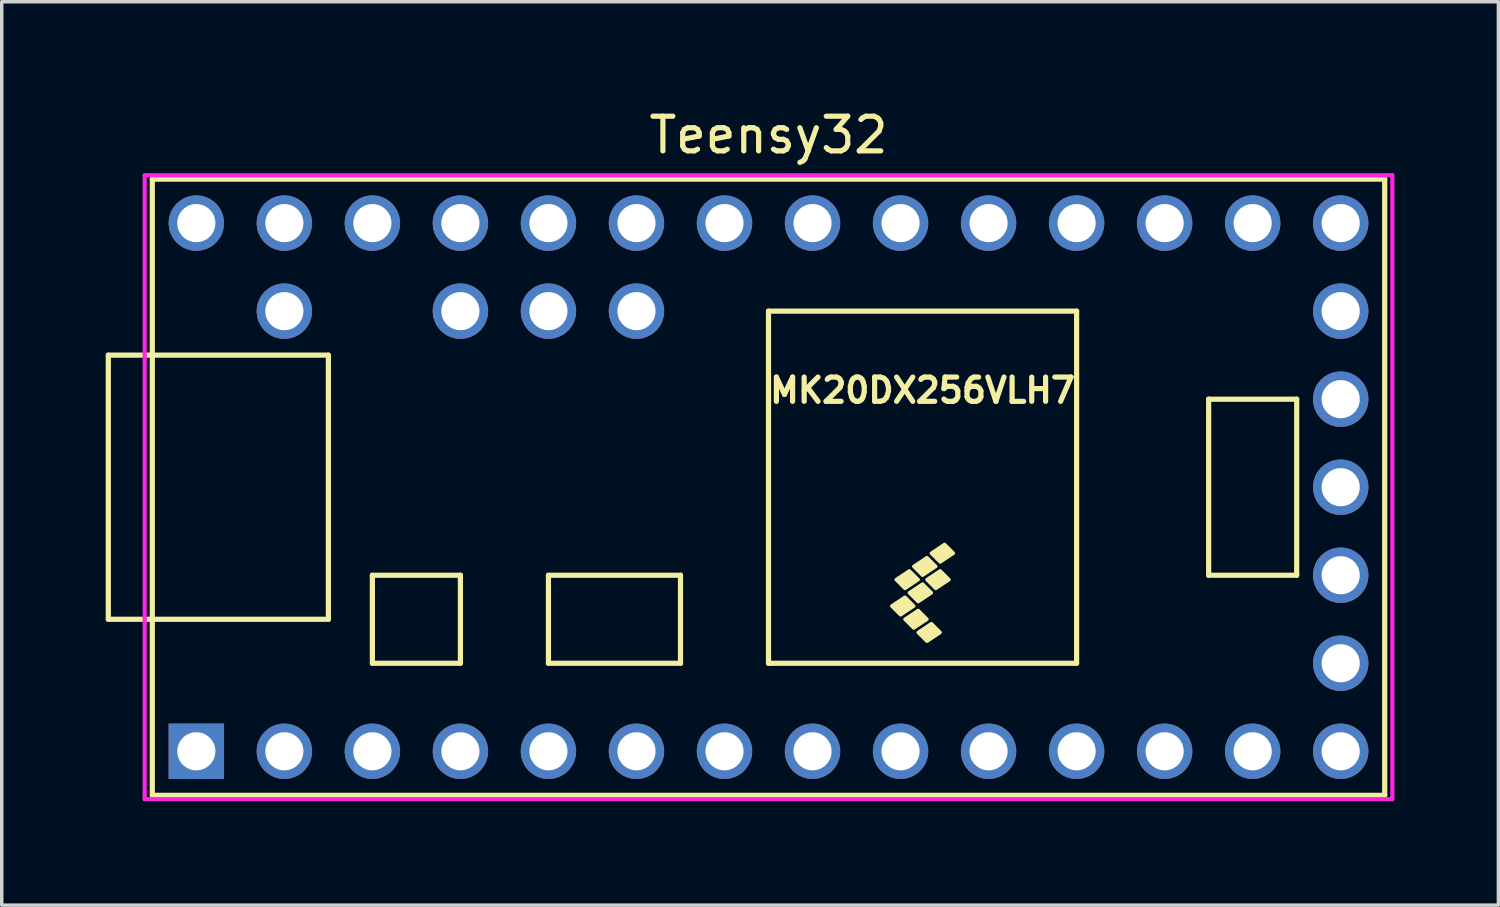
<source format=kicad_pcb>
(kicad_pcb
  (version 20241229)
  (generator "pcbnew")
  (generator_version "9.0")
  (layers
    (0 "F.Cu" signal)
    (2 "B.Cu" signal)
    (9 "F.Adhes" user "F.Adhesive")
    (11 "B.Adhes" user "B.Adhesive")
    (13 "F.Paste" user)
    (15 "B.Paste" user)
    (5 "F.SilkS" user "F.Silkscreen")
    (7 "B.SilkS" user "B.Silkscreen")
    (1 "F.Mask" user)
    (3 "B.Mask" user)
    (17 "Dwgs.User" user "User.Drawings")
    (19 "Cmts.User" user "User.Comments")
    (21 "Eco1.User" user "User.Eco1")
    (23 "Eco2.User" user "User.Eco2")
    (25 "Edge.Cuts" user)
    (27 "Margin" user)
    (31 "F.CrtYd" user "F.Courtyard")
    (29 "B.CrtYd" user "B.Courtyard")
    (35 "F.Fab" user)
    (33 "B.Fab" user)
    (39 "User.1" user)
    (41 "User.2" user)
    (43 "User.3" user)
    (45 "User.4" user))
  (footprint "Teensy32"
    (layer "F.Cu")
    (at 19.125 11.008)
    (property "Reference" "Teensy32" (at 0 -10.16 0) (layer "F.SilkS") (effects (font (size 1 1) (thickness 0.15))))
    (attr through_hole)
    (fp_line (start -19.05 -3.81) (end -17.78 -3.81) (stroke (width 0.15) (type solid)) (layer "F.SilkS"))
    (fp_line (start -19.05 3.81) (end -19.05 -3.81) (stroke (width 0.15) (type solid)) (layer "F.SilkS"))
    (fp_line (start -17.78 -8.89) (end 17.78 -8.89) (stroke (width 0.15) (type solid)) (layer "F.SilkS"))
    (fp_line (start -17.78 3.81) (end -19.05 3.81) (stroke (width 0.15) (type solid)) (layer "F.SilkS"))
    (fp_line (start -17.78 8.89) (end -17.78 -8.89) (stroke (width 0.15) (type solid)) (layer "F.SilkS"))
    (fp_line (start -12.7 -3.81) (end -17.78 -3.81) (stroke (width 0.15) (type solid)) (layer "F.SilkS"))
    (fp_line (start -12.7 3.81) (end -17.78 3.81) (stroke (width 0.15) (type solid)) (layer "F.SilkS"))
    (fp_line (start -12.7 3.81) (end -12.7 -3.81) (stroke (width 0.15) (type solid)) (layer "F.SilkS"))
    (fp_line (start -11.43 2.54) (end -11.43 5.08) (stroke (width 0.15) (type solid)) (layer "F.SilkS"))
    (fp_line (start -11.43 5.08) (end -8.89 5.08) (stroke (width 0.15) (type solid)) (layer "F.SilkS"))
    (fp_line (start -8.89 2.54) (end -11.43 2.54) (stroke (width 0.15) (type solid)) (layer "F.SilkS"))
    (fp_line (start -8.89 5.08) (end -8.89 2.54) (stroke (width 0.15) (type solid)) (layer "F.SilkS"))
    (fp_line (start -6.35 2.54) (end -6.35 5.08) (stroke (width 0.15) (type solid)) (layer "F.SilkS"))
    (fp_line (start -6.35 5.08) (end -2.54 5.08) (stroke (width 0.15) (type solid)) (layer "F.SilkS"))
    (fp_line (start -2.54 2.54) (end -6.35 2.54) (stroke (width 0.15) (type solid)) (layer "F.SilkS"))
    (fp_line (start -2.54 5.08) (end -2.54 2.54) (stroke (width 0.15) (type solid)) (layer "F.SilkS"))
    (fp_line (start 0 -5.08) (end 0 5.08) (stroke (width 0.15) (type solid)) (layer "F.SilkS"))
    (fp_line (start 8.89 -5.08) (end 0 -5.08) (stroke (width 0.15) (type solid)) (layer "F.SilkS"))
    (fp_line (start 8.89 5.08) (end 0 5.08) (stroke (width 0.15) (type solid)) (layer "F.SilkS"))
    (fp_line (start 8.89 5.08) (end 8.89 -5.08) (stroke (width 0.15) (type solid)) (layer "F.SilkS"))
    (fp_line (start 12.7 -2.54) (end 15.24 -2.54) (stroke (width 0.15) (type solid)) (layer "F.SilkS"))
    (fp_line (start 12.7 2.54) (end 12.7 -2.54) (stroke (width 0.15) (type solid)) (layer "F.SilkS"))
    (fp_line (start 15.24 -2.54) (end 15.24 2.54) (stroke (width 0.15) (type solid)) (layer "F.SilkS"))
    (fp_line (start 15.24 2.54) (end 12.7 2.54) (stroke (width 0.15) (type solid)) (layer "F.SilkS"))
    (fp_line (start 17.78 -8.89) (end 17.78 8.89) (stroke (width 0.15) (type solid)) (layer "F.SilkS"))
    (fp_line (start 17.78 8.89) (end -17.78 8.89) (stroke (width 0.15) (type solid)) (layer "F.SilkS"))
    (fp_poly (pts (xy 3.81 3.683) (xy 3.556 3.429) (xy 3.937 3.175) (xy 4.191 3.429)) (stroke (width 0.1) (type solid)) (fill yes) (layer "F.SilkS"))
    (fp_poly (pts (xy 3.937 2.921) (xy 3.683 2.667) (xy 4.064 2.413) (xy 4.318 2.667)) (stroke (width 0.1) (type solid)) (fill yes) (layer "F.SilkS"))
    (fp_poly (pts (xy 4.191 4.064) (xy 3.937 3.81) (xy 4.318 3.556) (xy 4.572 3.81)) (stroke (width 0.1) (type solid)) (fill yes) (layer "F.SilkS"))
    (fp_poly (pts (xy 4.318 3.302) (xy 4.064 3.048) (xy 4.445 2.794) (xy 4.699 3.048)) (stroke (width 0.1) (type solid)) (fill yes) (layer "F.SilkS"))
    (fp_poly (pts (xy 4.445 2.54) (xy 4.191 2.286) (xy 4.572 2.032) (xy 4.826 2.286)) (stroke (width 0.1) (type solid)) (fill yes) (layer "F.SilkS"))
    (fp_poly (pts (xy 4.572 4.445) (xy 4.318 4.191) (xy 4.699 3.937) (xy 4.953 4.191)) (stroke (width 0.1) (type solid)) (fill yes) (layer "F.SilkS"))
    (fp_poly (pts (xy 4.826 2.921) (xy 4.572 2.667) (xy 4.953 2.413) (xy 5.207 2.667)) (stroke (width 0.1) (type solid)) (fill yes) (layer "F.SilkS"))
    (fp_poly (pts (xy 4.953 2.159) (xy 4.699 1.905) (xy 5.08 1.651) (xy 5.334 1.905)) (stroke (width 0.1) (type solid)) (fill yes) (layer "F.SilkS"))
    (fp_line (start -18 -9) (end 18 -9) (stroke (width 0.12) (type solid)) (layer "F.CrtYd"))
    (fp_line (start -18 9) (end -18 -9) (stroke (width 0.12) (type solid)) (layer "F.CrtYd"))
    (fp_line (start 18 -9) (end 18 9) (stroke (width 0.12) (type solid)) (layer "F.CrtYd"))
    (fp_line (start 18 9) (end -18 9) (stroke (width 0.12) (type solid)) (layer "F.CrtYd"))
    (fp_text user "MK20DX256VLH7" (at 4.445 -2.794 0) (layer "F.SilkS") (effects (font (size 0.7 0.7) (thickness 0.15))))
    (pad "1" thru_hole rect (at -16.51 7.62) (size 1.6 1.6) (drill 1.1) (layers "*.Cu" "*.Mask"))
    (pad "2" thru_hole circle (at -13.97 7.62) (size 1.6 1.6) (drill 1.1) (layers "*.Cu" "*.Mask"))
    (pad "3" thru_hole circle (at -11.43 7.62) (size 1.6 1.6) (drill 1.1) (layers "*.Cu" "*.Mask"))
    (pad "4" thru_hole circle (at -8.89 7.62) (size 1.6 1.6) (drill 1.1) (layers "*.Cu" "*.Mask"))
    (pad "5" thru_hole circle (at -6.35 7.62) (size 1.6 1.6) (drill 1.1) (layers "*.Cu" "*.Mask"))
    (pad "6" thru_hole circle (at -3.81 7.62) (size 1.6 1.6) (drill 1.1) (layers "*.Cu" "*.Mask"))
    (pad "7" thru_hole circle (at -1.27 7.62) (size 1.6 1.6) (drill 1.1) (layers "*.Cu" "*.Mask"))
    (pad "8" thru_hole circle (at 1.27 7.62) (size 1.6 1.6) (drill 1.1) (layers "*.Cu" "*.Mask"))
    (pad "9" thru_hole circle (at 3.81 7.62) (size 1.6 1.6) (drill 1.1) (layers "*.Cu" "*.Mask"))
    (pad "10" thru_hole circle (at 6.35 7.62) (size 1.6 1.6) (drill 1.1) (layers "*.Cu" "*.Mask"))
    (pad "11" thru_hole circle (at 8.89 7.62) (size 1.6 1.6) (drill 1.1) (layers "*.Cu" "*.Mask"))
    (pad "12" thru_hole circle (at 11.43 7.62) (size 1.6 1.6) (drill 1.1) (layers "*.Cu" "*.Mask"))
    (pad "13" thru_hole circle (at 13.97 7.62) (size 1.6 1.6) (drill 1.1) (layers "*.Cu" "*.Mask"))
    (pad "14" thru_hole circle (at 16.51 7.62) (size 1.6 1.6) (drill 1.1) (layers "*.Cu" "*.Mask"))
    (pad "15" thru_hole circle (at 16.51 5.08) (size 1.6 1.6) (drill 1.1) (layers "*.Cu" "*.Mask"))
    (pad "16" thru_hole circle (at 16.51 2.54) (size 1.6 1.6) (drill 1.1) (layers "*.Cu" "*.Mask"))
    (pad "17" thru_hole circle (at 16.51 0) (size 1.6 1.6) (drill 1.1) (layers "*.Cu" "*.Mask"))
    (pad "18" thru_hole circle (at 16.51 -2.54) (size 1.6 1.6) (drill 1.1) (layers "*.Cu" "*.Mask"))
    (pad "19" thru_hole circle (at 16.51 -5.08) (size 1.6 1.6) (drill 1.1) (layers "*.Cu" "*.Mask"))
    (pad "20" thru_hole circle (at 16.51 -7.62) (size 1.6 1.6) (drill 1.1) (layers "*.Cu" "*.Mask"))
    (pad "21" thru_hole circle (at 13.97 -7.62) (size 1.6 1.6) (drill 1.1) (layers "*.Cu" "*.Mask"))
    (pad "22" thru_hole circle (at 11.43 -7.62) (size 1.6 1.6) (drill 1.1) (layers "*.Cu" "*.Mask"))
    (pad "23" thru_hole circle (at 8.89 -7.62) (size 1.6 1.6) (drill 1.1) (layers "*.Cu" "*.Mask"))
    (pad "24" thru_hole circle (at 6.35 -7.62) (size 1.6 1.6) (drill 1.1) (layers "*.Cu" "*.Mask"))
    (pad "25" thru_hole circle (at 3.81 -7.62) (size 1.6 1.6) (drill 1.1) (layers "*.Cu" "*.Mask"))
    (pad "26" thru_hole circle (at 1.27 -7.62) (size 1.6 1.6) (drill 1.1) (layers "*.Cu" "*.Mask"))
    (pad "27" thru_hole circle (at -1.27 -7.62) (size 1.6 1.6) (drill 1.1) (layers "*.Cu" "*.Mask"))
    (pad "28" thru_hole circle (at -3.81 -7.62) (size 1.6 1.6) (drill 1.1) (layers "*.Cu" "*.Mask"))
    (pad "29" thru_hole circle (at -6.35 -7.62) (size 1.6 1.6) (drill 1.1) (layers "*.Cu" "*.Mask"))
    (pad "30" thru_hole circle (at -8.89 -7.62) (size 1.6 1.6) (drill 1.1) (layers "*.Cu" "*.Mask"))
    (pad "31" thru_hole circle (at -11.43 -7.62) (size 1.6 1.6) (drill 1.1) (layers "*.Cu" "*.Mask"))
    (pad "32" thru_hole circle (at -13.97 -7.62) (size 1.6 1.6) (drill 1.1) (layers "*.Cu" "*.Mask"))
    (pad "33" thru_hole circle (at -16.51 -7.62) (size 1.6 1.6) (drill 1.1) (layers "*.Cu" "*.Mask"))
    (pad "34" thru_hole circle (at -13.97 -5.08) (size 1.6 1.6) (drill 1.1) (layers "*.Cu" "*.Mask"))
    (pad "35" thru_hole circle (at -8.89 -5.08) (size 1.6 1.6) (drill 1.1) (layers "*.Cu" "*.Mask"))
    (pad "36" thru_hole circle (at -6.35 -5.08) (size 1.6 1.6) (drill 1.1) (layers "*.Cu" "*.Mask"))
    (pad "37" thru_hole circle (at -3.81 -5.08) (size 1.6 1.6) (drill 1.1) (layers "*.Cu" "*.Mask")))
  (gr_rect
    (start -3 -3)
    (end 40.185 23.068)
    (stroke (width 0.1) (type default))
    (fill no)
    (layer "Edge.Cuts")))
</source>
